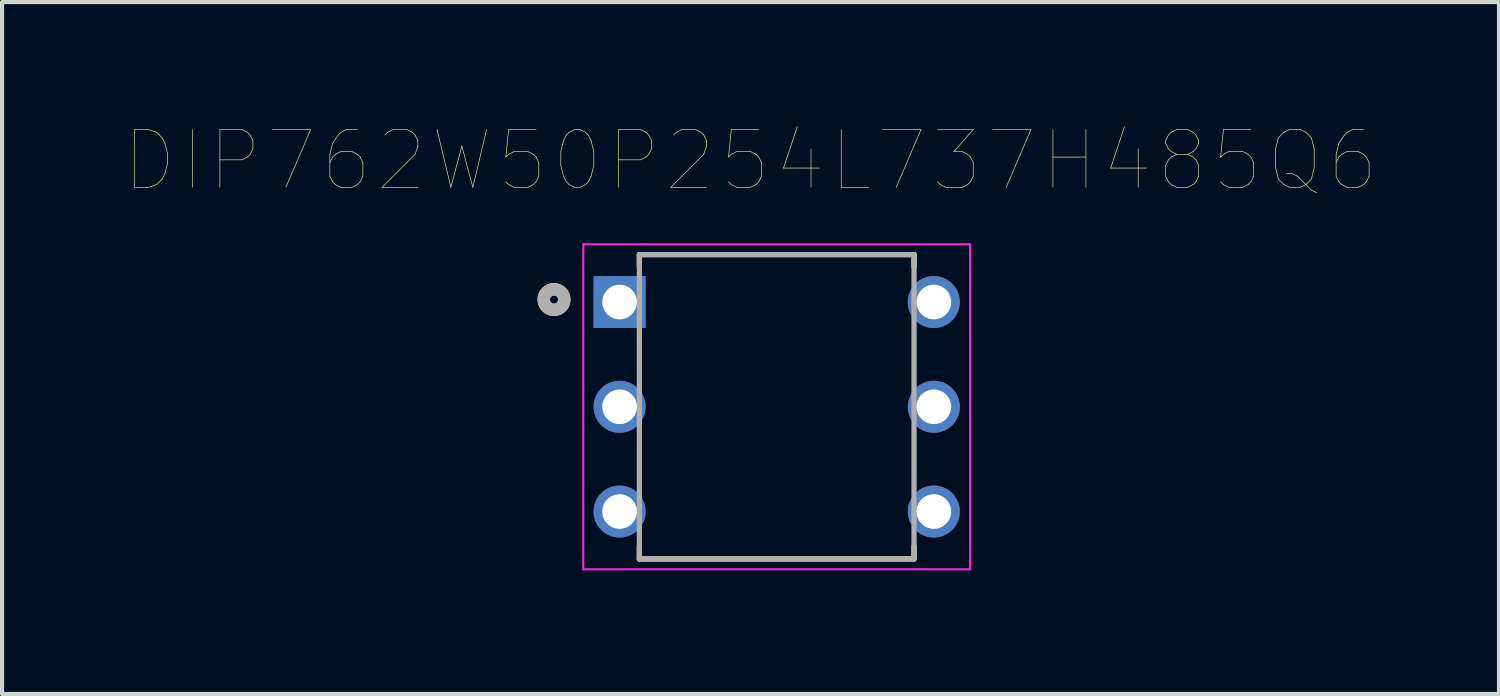
<source format=kicad_pcb>
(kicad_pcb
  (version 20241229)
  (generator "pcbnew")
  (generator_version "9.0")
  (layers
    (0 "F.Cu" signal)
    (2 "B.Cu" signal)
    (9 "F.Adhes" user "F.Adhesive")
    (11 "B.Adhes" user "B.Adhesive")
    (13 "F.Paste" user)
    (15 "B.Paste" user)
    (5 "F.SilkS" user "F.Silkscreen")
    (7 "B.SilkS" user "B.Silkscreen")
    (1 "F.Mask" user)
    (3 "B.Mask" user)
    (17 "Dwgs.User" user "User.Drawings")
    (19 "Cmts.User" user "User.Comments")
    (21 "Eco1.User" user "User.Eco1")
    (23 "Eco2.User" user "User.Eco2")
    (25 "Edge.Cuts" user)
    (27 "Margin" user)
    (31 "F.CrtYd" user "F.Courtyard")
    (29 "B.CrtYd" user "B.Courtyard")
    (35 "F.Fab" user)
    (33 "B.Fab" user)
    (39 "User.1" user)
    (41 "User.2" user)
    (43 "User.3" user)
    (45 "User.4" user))
  (footprint "DIP762W50P254L737H485Q6"
    (layer "F.Cu")
    (at 15.784 6.814)
    (property "Reference" "DIP762W50P254L737H485Q6" (at -0.635 -5.969 0) (layer "F.SilkS") (effects (font (size 1.4 1.4) (thickness 0.015))))
    (attr through_hole)
    (fp_line (start -3.33 -3.69) (end -3.33 -3.39) (stroke (width 0.127) (type solid)) (layer "F.SilkS"))
    (fp_line (start -3.33 -3.69) (end 3.33 -3.69) (stroke (width 0.127) (type solid)) (layer "F.SilkS"))
    (fp_line (start -3.33 3.69) (end -3.33 3.39) (stroke (width 0.127) (type solid)) (layer "F.SilkS"))
    (fp_line (start 3.33 -3.69) (end 3.33 -3.39) (stroke (width 0.127) (type solid)) (layer "F.SilkS"))
    (fp_line (start 3.33 3.69) (end -3.33 3.69) (stroke (width 0.127) (type solid)) (layer "F.SilkS"))
    (fp_line (start 3.33 3.69) (end 3.33 3.39) (stroke (width 0.127) (type solid)) (layer "F.SilkS"))
    (fp_circle (center -5.4 -2.6) (end -5.3 -2.6) (stroke (width 0.3) (type solid)) (fill no) (layer "F.SilkS"))
    (fp_line (start -4.69 -3.94) (end 4.69 -3.94) (stroke (width 0.05) (type solid)) (layer "F.CrtYd"))
    (fp_line (start -4.69 3.94) (end -4.69 -3.94) (stroke (width 0.05) (type solid)) (layer "F.CrtYd"))
    (fp_line (start 4.69 -3.94) (end 4.69 3.94) (stroke (width 0.05) (type solid)) (layer "F.CrtYd"))
    (fp_line (start 4.69 3.94) (end -4.69 3.94) (stroke (width 0.05) (type solid)) (layer "F.CrtYd"))
    (fp_line (start -3.33 -3.69) (end 3.33 -3.69) (stroke (width 0.127) (type solid)) (layer "F.Fab"))
    (fp_line (start -3.33 3.69) (end -3.33 -3.69) (stroke (width 0.127) (type solid)) (layer "F.Fab"))
    (fp_line (start 3.33 -3.69) (end 3.33 3.69) (stroke (width 0.127) (type solid)) (layer "F.Fab"))
    (fp_line (start 3.33 3.69) (end -3.33 3.69) (stroke (width 0.127) (type solid)) (layer "F.Fab"))
    (fp_circle (center -5.4 -2.6) (end -5.3 -2.6) (stroke (width 0.3) (type solid)) (fill no) (layer "F.Fab"))
    (pad "1" thru_hole rect (at -3.81 -2.54) (size 1.26 1.26) (drill 0.84) (layers "*.Cu" "*.Mask"))
    (pad "2" thru_hole circle (at -3.81 0) (size 1.26 1.26) (drill 0.84) (layers "*.Cu" "*.Mask"))
    (pad "3" thru_hole circle (at -3.81 2.54) (size 1.26 1.26) (drill 0.84) (layers "*.Cu" "*.Mask"))
    (pad "4" thru_hole circle (at 3.81 2.54) (size 1.26 1.26) (drill 0.84) (layers "*.Cu" "*.Mask"))
    (pad "5" thru_hole circle (at 3.81 0) (size 1.26 1.26) (drill 0.84) (layers "*.Cu" "*.Mask"))
    (pad "6" thru_hole circle (at 3.81 -2.54) (size 1.26 1.26) (drill 0.84) (layers "*.Cu" "*.Mask")))
  (gr_rect
    (start -3 -3)
    (end 33.298 13.779)
    (stroke (width 0.1) (type default))
    (fill no)
    (layer "Edge.Cuts")))
</source>
